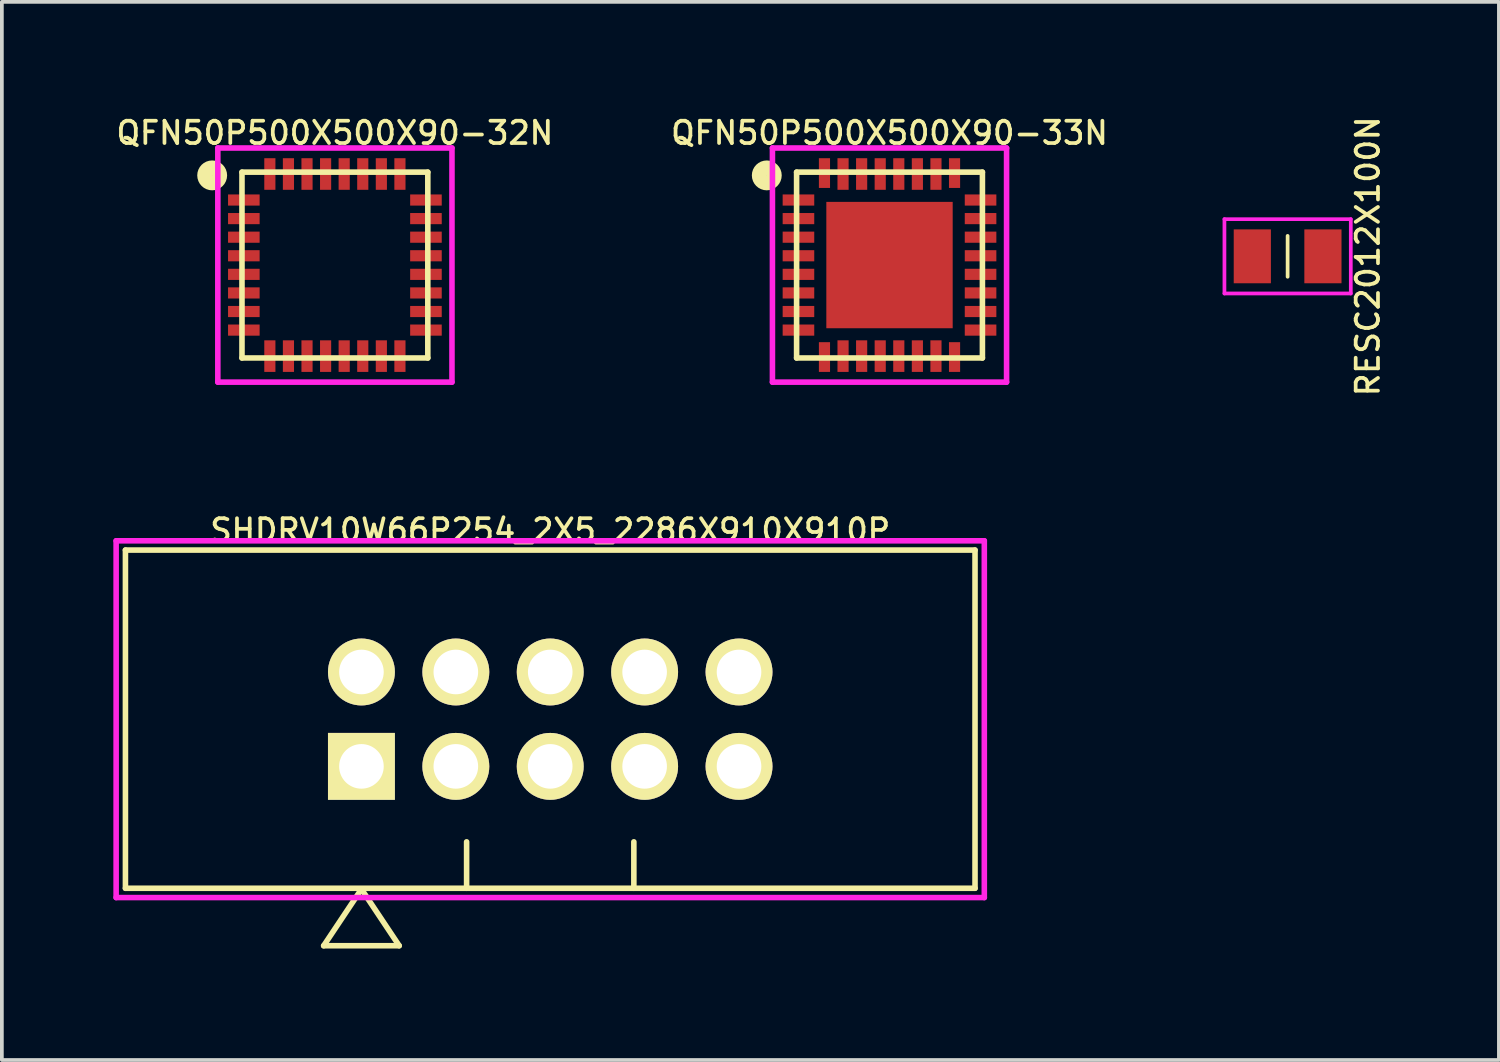
<source format=kicad_pcb>
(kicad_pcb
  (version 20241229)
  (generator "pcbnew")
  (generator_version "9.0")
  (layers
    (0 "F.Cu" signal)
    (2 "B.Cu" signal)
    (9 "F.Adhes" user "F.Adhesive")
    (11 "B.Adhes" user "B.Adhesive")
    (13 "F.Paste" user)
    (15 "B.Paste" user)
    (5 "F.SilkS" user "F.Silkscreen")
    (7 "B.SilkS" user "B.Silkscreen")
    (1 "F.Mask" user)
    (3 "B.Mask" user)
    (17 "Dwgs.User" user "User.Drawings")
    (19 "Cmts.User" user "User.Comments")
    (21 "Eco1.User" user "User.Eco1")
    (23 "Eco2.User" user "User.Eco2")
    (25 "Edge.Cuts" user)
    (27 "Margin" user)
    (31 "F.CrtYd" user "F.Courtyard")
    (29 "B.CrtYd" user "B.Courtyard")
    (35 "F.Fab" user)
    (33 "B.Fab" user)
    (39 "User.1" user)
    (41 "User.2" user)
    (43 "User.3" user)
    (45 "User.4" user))
  (footprint "SHDRV10W66P254_2X5_2286X910X910P"
    (layer "F.Cu")
    (at 11.755 16.301)
    (property "Reference" "SHDRV10W66P254_2X5_2286X910X910P" (at 0 -5.08 0) (layer "F.SilkS") (effects (font (size 0.6 0.6) (thickness 0.1))))
    (attr through_hole)
    (fp_line (start -11.43 -4.55) (end -11.43 4.55) (stroke (width 0.15) (type solid)) (layer "F.SilkS"))
    (fp_line (start -11.43 4.55) (end 11.43 4.55) (stroke (width 0.15) (type solid)) (layer "F.SilkS"))
    (fp_line (start -6.096 6.096) (end -4.064 6.096) (stroke (width 0.15) (type solid)) (layer "F.SilkS"))
    (fp_line (start -5.08 4.572) (end -6.096 6.096) (stroke (width 0.15) (type solid)) (layer "F.SilkS"))
    (fp_line (start -4.064 6.096) (end -5.08 4.572) (stroke (width 0.15) (type solid)) (layer "F.SilkS"))
    (fp_line (start -2.25 4.55) (end -2.25 3.3) (stroke (width 0.15) (type solid)) (layer "F.SilkS"))
    (fp_line (start 2.25 4.55) (end 2.25 3.3) (stroke (width 0.15) (type solid)) (layer "F.SilkS"))
    (fp_line (start 11.43 -4.55) (end -11.43 -4.55) (stroke (width 0.15) (type solid)) (layer "F.SilkS"))
    (fp_line (start 11.43 4.55) (end 11.43 -4.55) (stroke (width 0.15) (type solid)) (layer "F.SilkS"))
    (fp_line (start -11.68 -4.8) (end 11.68 -4.8) (stroke (width 0.15) (type solid)) (layer "F.CrtYd"))
    (fp_line (start -11.68 4.8) (end -11.68 -4.8) (stroke (width 0.15) (type solid)) (layer "F.CrtYd"))
    (fp_line (start 11.68 -4.8) (end 11.68 4.8) (stroke (width 0.15) (type solid)) (layer "F.CrtYd"))
    (fp_line (start 11.68 4.8) (end -11.68 4.8) (stroke (width 0.15) (type solid)) (layer "F.CrtYd"))
    (pad "1" thru_hole rect (at -5.08 1.27) (size 1.8 1.8) (drill 1.2) (layers "*.Cu" "*.Mask" "F.SilkS"))
    (pad "2" thru_hole circle (at -5.08 -1.27) (size 1.8 1.8) (drill 1.2) (layers "*.Cu" "*.Mask" "F.SilkS"))
    (pad "3" thru_hole circle (at -2.54 1.27) (size 1.8 1.8) (drill 1.2) (layers "*.Cu" "*.Mask" "F.SilkS"))
    (pad "4" thru_hole circle (at -2.54 -1.27) (size 1.8 1.8) (drill 1.2) (layers "*.Cu" "*.Mask" "F.SilkS"))
    (pad "5" thru_hole circle (at 0 1.27) (size 1.8 1.8) (drill 1.2) (layers "*.Cu" "*.Mask" "F.SilkS"))
    (pad "6" thru_hole circle (at 0 -1.27) (size 1.8 1.8) (drill 1.2) (layers "*.Cu" "*.Mask" "F.SilkS"))
    (pad "7" thru_hole circle (at 2.54 1.27) (size 1.8 1.8) (drill 1.2) (layers "*.Cu" "*.Mask" "F.SilkS"))
    (pad "8" thru_hole circle (at 2.54 -1.27) (size 1.8 1.8) (drill 1.2) (layers "*.Cu" "*.Mask" "F.SilkS"))
    (pad "9" thru_hole circle (at 5.08 1.27) (size 1.8 1.8) (drill 1.2) (layers "*.Cu" "*.Mask" "F.SilkS"))
    (pad "10" thru_hole circle (at 5.08 -1.27) (size 1.8 1.8) (drill 1.2) (layers "*.Cu" "*.Mask" "F.SilkS")))
  (footprint "RESC2012X100N"
    (layer "F.Cu")
    (at 31.596 3.847)
    (property "Reference" "RESC2012X100N" (at 2.159 0 90) (layer "F.SilkS") (effects (font (size 0.6 0.6) (thickness 0.1))))
    (attr through_hole)
    (fp_line (start 0 -0.55) (end 0 0.55) (stroke (width 0.1) (type solid)) (layer "F.SilkS"))
    (fp_line (start -1.7 -1) (end 1.7 -1) (stroke (width 0.1) (type solid)) (layer "F.CrtYd"))
    (fp_line (start -1.7 1) (end -1.7 -1) (stroke (width 0.1) (type solid)) (layer "F.CrtYd"))
    (fp_line (start 1.7 -1) (end 1.7 1) (stroke (width 0.1) (type solid)) (layer "F.CrtYd"))
    (fp_line (start 1.7 1) (end -1.7 1) (stroke (width 0.1) (type solid)) (layer "F.CrtYd"))
    (pad "1" smd rect (at -0.95 0) (size 1 1.45) (layers "F.Cu" "F.Mask" "F.Paste"))
    (pad "2" smd rect (at 0.95 0) (size 1 1.45) (layers "F.Cu" "F.Mask" "F.Paste")))
  (footprint "QFN50P500X500X90-32N"
    (layer "F.Cu")
    (at 5.961 4.082)
    (property "Reference" "QFN50P500X500X90-32N" (at 0 -3.556 0) (layer "F.SilkS") (effects (font (size 0.6 0.6) (thickness 0.1))))
    (attr through_hole)
    (fp_line (start -2.5 -2.5) (end 2.5 -2.5) (stroke (width 0.15) (type solid)) (layer "F.SilkS"))
    (fp_line (start -2.5 2.5) (end -2.5 -2.5) (stroke (width 0.15) (type solid)) (layer "F.SilkS"))
    (fp_line (start 2.5 -2.5) (end 2.5 2.5) (stroke (width 0.15) (type solid)) (layer "F.SilkS"))
    (fp_line (start 2.5 2.5) (end -2.5 2.5) (stroke (width 0.15) (type solid)) (layer "F.SilkS"))
    (fp_circle (center -3.302 -2.413) (end -3.1 -2.413) (stroke (width 0.4) (type solid)) (fill no) (layer "F.SilkS"))
    (fp_line (start -3.15 -3.15) (end 3.15 -3.15) (stroke (width 0.15) (type solid)) (layer "F.CrtYd"))
    (fp_line (start -3.15 3.15) (end -3.15 -3.15) (stroke (width 0.15) (type solid)) (layer "F.CrtYd"))
    (fp_line (start 3.15 -3.15) (end 3.15 3.15) (stroke (width 0.15) (type solid)) (layer "F.CrtYd"))
    (fp_line (start 3.15 3.15) (end -3.15 3.15) (stroke (width 0.15) (type solid)) (layer "F.CrtYd"))
    (pad "1" smd rect (at -2.45 -1.75) (size 0.85 0.3) (layers "F.Cu" "F.Mask" "F.Paste"))
    (pad "2" smd rect (at -2.45 -1.25) (size 0.85 0.3) (layers "F.Cu" "F.Mask" "F.Paste"))
    (pad "3" smd rect (at -2.45 -0.75) (size 0.85 0.3) (layers "F.Cu" "F.Mask" "F.Paste"))
    (pad "4" smd rect (at -2.45 -0.25) (size 0.85 0.3) (layers "F.Cu" "F.Mask" "F.Paste"))
    (pad "5" smd rect (at -2.45 0.25) (size 0.85 0.3) (layers "F.Cu" "F.Mask" "F.Paste"))
    (pad "6" smd rect (at -2.45 0.75) (size 0.85 0.3) (layers "F.Cu" "F.Mask" "F.Paste"))
    (pad "7" smd rect (at -2.45 1.25) (size 0.85 0.3) (layers "F.Cu" "F.Mask" "F.Paste"))
    (pad "8" smd rect (at -2.45 1.75) (size 0.85 0.3) (layers "F.Cu" "F.Mask" "F.Paste"))
    (pad "9" smd rect (at -1.75 2.45) (size 0.3 0.85) (layers "F.Cu" "F.Mask" "F.Paste"))
    (pad "10" smd rect (at -1.25 2.45) (size 0.3 0.85) (layers "F.Cu" "F.Mask" "F.Paste"))
    (pad "11" smd rect (at -0.75 2.45) (size 0.3 0.85) (layers "F.Cu" "F.Mask" "F.Paste"))
    (pad "12" smd rect (at -0.25 2.45) (size 0.3 0.85) (layers "F.Cu" "F.Mask" "F.Paste"))
    (pad "13" smd rect (at 0.25 2.45) (size 0.3 0.85) (layers "F.Cu" "F.Mask" "F.Paste"))
    (pad "14" smd rect (at 0.75 2.45) (size 0.3 0.85) (layers "F.Cu" "F.Mask" "F.Paste"))
    (pad "15" smd rect (at 1.25 2.45) (size 0.3 0.85) (layers "F.Cu" "F.Mask" "F.Paste"))
    (pad "16" smd rect (at 1.75 2.45) (size 0.3 0.85) (layers "F.Cu" "F.Mask" "F.Paste"))
    (pad "17" smd rect (at 2.45 1.75) (size 0.85 0.3) (layers "F.Cu" "F.Mask" "F.Paste"))
    (pad "18" smd rect (at 2.45 1.25) (size 0.85 0.3) (layers "F.Cu" "F.Mask" "F.Paste"))
    (pad "19" smd rect (at 2.45 0.75) (size 0.85 0.3) (layers "F.Cu" "F.Mask" "F.Paste"))
    (pad "20" smd rect (at 2.45 0.25) (size 0.85 0.3) (layers "F.Cu" "F.Mask" "F.Paste"))
    (pad "21" smd rect (at 2.45 -0.25) (size 0.85 0.3) (layers "F.Cu" "F.Mask" "F.Paste"))
    (pad "22" smd rect (at 2.45 -0.75) (size 0.85 0.3) (layers "F.Cu" "F.Mask" "F.Paste"))
    (pad "23" smd rect (at 2.45 -1.25) (size 0.85 0.3) (layers "F.Cu" "F.Mask" "F.Paste"))
    (pad "24" smd rect (at 2.45 -1.75) (size 0.85 0.3) (layers "F.Cu" "F.Mask" "F.Paste"))
    (pad "25" smd rect (at 1.75 -2.45) (size 0.3 0.85) (layers "F.Cu" "F.Mask" "F.Paste"))
    (pad "26" smd rect (at 1.25 -2.45) (size 0.3 0.85) (layers "F.Cu" "F.Mask" "F.Paste"))
    (pad "27" smd rect (at 0.75 -2.45) (size 0.3 0.85) (layers "F.Cu" "F.Mask" "F.Paste"))
    (pad "28" smd rect (at 0.25 -2.45) (size 0.3 0.85) (layers "F.Cu" "F.Mask" "F.Paste"))
    (pad "29" smd rect (at -0.25 -2.45) (size 0.3 0.85) (layers "F.Cu" "F.Mask" "F.Paste"))
    (pad "30" smd rect (at -0.75 -2.45) (size 0.3 0.85) (layers "F.Cu" "F.Mask" "F.Paste"))
    (pad "31" smd rect (at -1.25 -2.45) (size 0.3 0.85) (layers "F.Cu" "F.Mask" "F.Paste"))
    (pad "32" smd rect (at -1.75 -2.45) (size 0.3 0.85) (layers "F.Cu" "F.Mask" "F.Paste")))
  (footprint "QFN50P500X500X90-33N"
    (layer "F.Cu")
    (at 20.884 4.082)
    (property "Reference" "QFN50P500X500X90-33N" (at 0 -3.556 0) (layer "F.SilkS") (effects (font (size 0.6 0.6) (thickness 0.1))))
    (attr through_hole)
    (fp_line (start -2.5 -2.5) (end 2.5 -2.5) (stroke (width 0.15) (type solid)) (layer "F.SilkS"))
    (fp_line (start -2.5 2.5) (end -2.5 -2.5) (stroke (width 0.15) (type solid)) (layer "F.SilkS"))
    (fp_line (start 2.5 -2.5) (end 2.5 2.5) (stroke (width 0.15) (type solid)) (layer "F.SilkS"))
    (fp_line (start 2.5 2.5) (end -2.5 2.5) (stroke (width 0.15) (type solid)) (layer "F.SilkS"))
    (fp_circle (center -3.302 -2.413) (end -3.1 -2.413) (stroke (width 0.4) (type solid)) (fill no) (layer "F.SilkS"))
    (fp_line (start -3.15 -3.15) (end 3.15 -3.15) (stroke (width 0.15) (type solid)) (layer "F.CrtYd"))
    (fp_line (start -3.15 3.15) (end -3.15 -3.15) (stroke (width 0.15) (type solid)) (layer "F.CrtYd"))
    (fp_line (start 3.15 -3.15) (end 3.15 3.15) (stroke (width 0.15) (type solid)) (layer "F.CrtYd"))
    (fp_line (start 3.15 3.15) (end -3.15 3.15) (stroke (width 0.15) (type solid)) (layer "F.CrtYd"))
    (pad "1" smd rect (at -2.45 -1.75) (size 0.85 0.3) (layers "F.Cu" "F.Mask" "F.Paste"))
    (pad "2" smd rect (at -2.45 -1.25) (size 0.85 0.3) (layers "F.Cu" "F.Mask" "F.Paste"))
    (pad "3" smd rect (at -2.45 -0.75) (size 0.85 0.3) (layers "F.Cu" "F.Mask" "F.Paste"))
    (pad "4" smd rect (at -2.45 -0.25) (size 0.85 0.3) (layers "F.Cu" "F.Mask" "F.Paste"))
    (pad "5" smd rect (at -2.45 0.25) (size 0.85 0.3) (layers "F.Cu" "F.Mask" "F.Paste"))
    (pad "6" smd rect (at -2.45 0.75) (size 0.85 0.3) (layers "F.Cu" "F.Mask" "F.Paste"))
    (pad "7" smd rect (at -2.45 1.25) (size 0.85 0.3) (layers "F.Cu" "F.Mask" "F.Paste"))
    (pad "8" smd rect (at -2.45 1.75) (size 0.85 0.3) (layers "F.Cu" "F.Mask" "F.Paste"))
    (pad "9" smd rect (at -1.75 2.475) (size 0.3 0.8) (layers "F.Cu" "F.Mask" "F.Paste"))
    (pad "10" smd rect (at -1.25 2.45) (size 0.3 0.85) (layers "F.Cu" "F.Mask" "F.Paste"))
    (pad "11" smd rect (at -0.75 2.45) (size 0.3 0.85) (layers "F.Cu" "F.Mask" "F.Paste"))
    (pad "12" smd rect (at -0.25 2.45) (size 0.3 0.85) (layers "F.Cu" "F.Mask" "F.Paste"))
    (pad "13" smd rect (at 0.25 2.45) (size 0.3 0.85) (layers "F.Cu" "F.Mask" "F.Paste"))
    (pad "14" smd rect (at 0.75 2.45) (size 0.3 0.85) (layers "F.Cu" "F.Mask" "F.Paste"))
    (pad "15" smd rect (at 1.25 2.45) (size 0.3 0.85) (layers "F.Cu" "F.Mask" "F.Paste"))
    (pad "16" smd rect (at 1.75 2.475) (size 0.3 0.8) (layers "F.Cu" "F.Mask" "F.Paste"))
    (pad "17" smd rect (at 2.45 1.75) (size 0.85 0.3) (layers "F.Cu" "F.Mask" "F.Paste"))
    (pad "18" smd rect (at 2.45 1.25) (size 0.85 0.3) (layers "F.Cu" "F.Mask" "F.Paste"))
    (pad "19" smd rect (at 2.45 0.75) (size 0.85 0.3) (layers "F.Cu" "F.Mask" "F.Paste"))
    (pad "20" smd rect (at 2.45 0.25) (size 0.85 0.3) (layers "F.Cu" "F.Mask" "F.Paste"))
    (pad "21" smd rect (at 2.45 -0.25) (size 0.85 0.3) (layers "F.Cu" "F.Mask" "F.Paste"))
    (pad "22" smd rect (at 2.45 -0.75) (size 0.85 0.3) (layers "F.Cu" "F.Mask" "F.Paste"))
    (pad "23" smd rect (at 2.45 -1.25) (size 0.85 0.3) (layers "F.Cu" "F.Mask" "F.Paste"))
    (pad "24" smd rect (at 2.45 -1.75) (size 0.85 0.3) (layers "F.Cu" "F.Mask" "F.Paste"))
    (pad "25" smd rect (at 1.75 -2.475) (size 0.3 0.8) (layers "F.Cu" "F.Mask" "F.Paste"))
    (pad "26" smd rect (at 1.25 -2.45) (size 0.3 0.85) (layers "F.Cu" "F.Mask" "F.Paste"))
    (pad "27" smd rect (at 0.75 -2.45) (size 0.3 0.85) (layers "F.Cu" "F.Mask" "F.Paste"))
    (pad "28" smd rect (at 0.25 -2.45) (size 0.3 0.85) (layers "F.Cu" "F.Mask" "F.Paste"))
    (pad "29" smd rect (at -0.25 -2.45) (size 0.3 0.85) (layers "F.Cu" "F.Mask" "F.Paste"))
    (pad "30" smd rect (at -0.75 -2.45) (size 0.3 0.85) (layers "F.Cu" "F.Mask" "F.Paste"))
    (pad "31" smd rect (at -1.25 -2.45) (size 0.3 0.85) (layers "F.Cu" "F.Mask" "F.Paste"))
    (pad "32" smd rect (at -1.75 -2.475) (size 0.3 0.8) (layers "F.Cu" "F.Mask" "F.Paste"))
    (pad "33" smd rect (at 0 0) (size 3.4 3.4) (layers "F.Cu" "F.Mask" "F.Paste")))
  (gr_rect
    (start -3 -3)
    (end 37.281 25.472)
    (stroke (width 0.1) (type default))
    (fill no)
    (layer "Edge.Cuts")))
</source>
